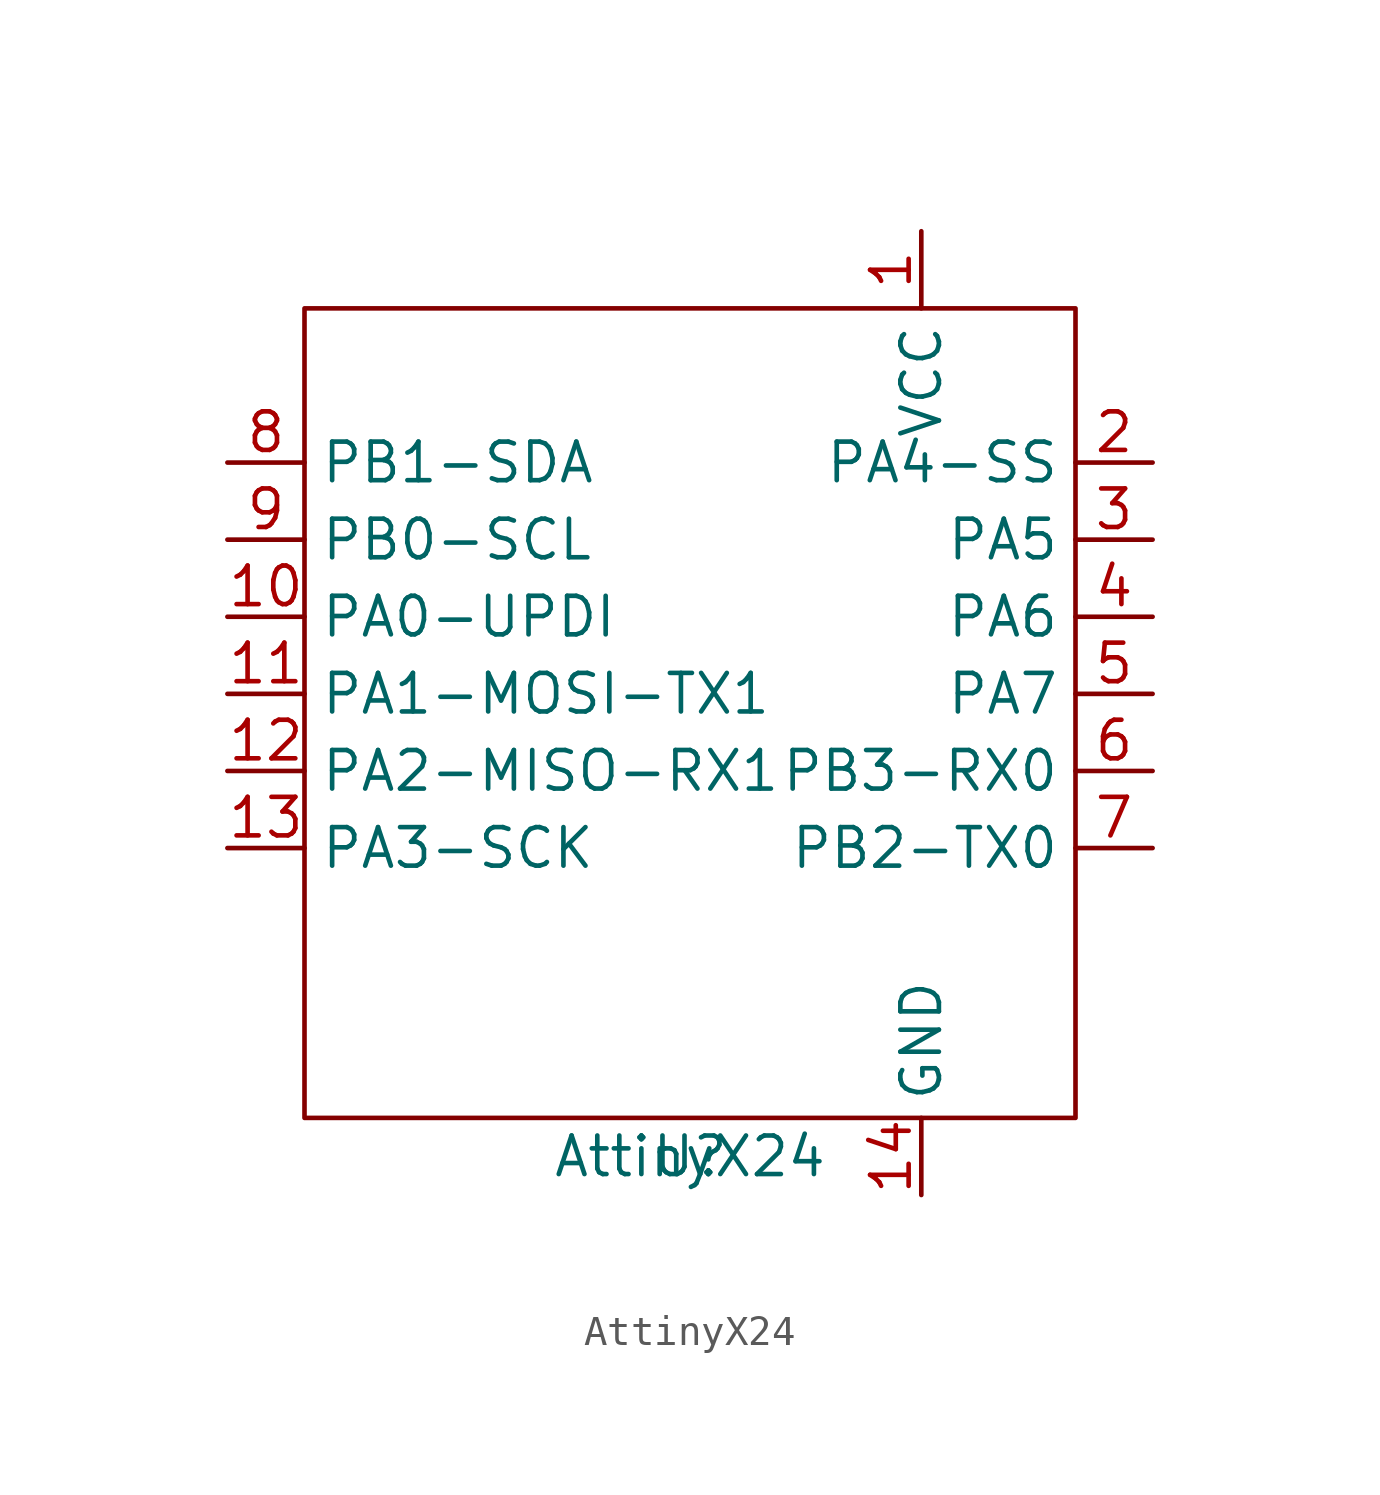
<source format=kicad_sym>
(kicad_symbol_lib
  (version 20211014)
  (generator kicad_symbol_editor)
  (symbol "AttinyX24"
    (property "Reference" "U"
      (at 0 0 0)
      (effects (font (size 1.27 1.27))))
    (property "Value" "AttinyX24"
      (at 0 0 0)
      (effects (font (size 1.27 1.27))))
    (symbol "AttinyX24_0_1"
      (rectangle (start -12.7 27.94) (end 12.7 1.27) (stroke (width 0) (type default) (color 0 0 0 0)) (fill (type none))))
    (symbol "AttinyX24_1_1"
      (pin power_in line (at 7.62 30.48 270) (length 2.54) (name "VCC" (effects (font (size 1.27 1.27)))) (number "1" (effects (font (size 1.27 1.27)))))
      (pin bidirectional line (at -15.24 17.78 0) (length 2.54) (name "PA0-UPDI" (effects (font (size 1.27 1.27)))) (number "10" (effects (font (size 1.27 1.27)))))
      (pin bidirectional line (at -15.24 15.24 0) (length 2.54) (name "PA1-MOSI-TX1" (effects (font (size 1.27 1.27)))) (number "11" (effects (font (size 1.27 1.27)))))
      (pin bidirectional line (at -15.24 12.7 0) (length 2.54) (name "PA2-MISO-RX1" (effects (font (size 1.27 1.27)))) (number "12" (effects (font (size 1.27 1.27)))))
      (pin bidirectional line (at -15.24 10.16 0) (length 2.54) (name "PA3-SCK" (effects (font (size 1.27 1.27)))) (number "13" (effects (font (size 1.27 1.27)))))
      (pin power_in line (at 7.62 -1.27 90) (length 2.54) (name "GND" (effects (font (size 1.27 1.27)))) (number "14" (effects (font (size 1.27 1.27)))))
      (pin bidirectional line (at 15.24 22.86 180) (length 2.54) (name "PA4-SS" (effects (font (size 1.27 1.27)))) (number "2" (effects (font (size 1.27 1.27)))))
      (pin bidirectional line (at 15.24 20.32 180) (length 2.54) (name "PA5" (effects (font (size 1.27 1.27)))) (number "3" (effects (font (size 1.27 1.27)))))
      (pin bidirectional line (at 15.24 17.78 180) (length 2.54) (name "PA6" (effects (font (size 1.27 1.27)))) (number "4" (effects (font (size 1.27 1.27)))))
      (pin bidirectional line (at 15.24 15.24 180) (length 2.54) (name "PA7" (effects (font (size 1.27 1.27)))) (number "5" (effects (font (size 1.27 1.27)))))
      (pin bidirectional line (at 15.24 12.7 180) (length 2.54) (name "PB3-RX0" (effects (font (size 1.27 1.27)))) (number "6" (effects (font (size 1.27 1.27)))))
      (pin bidirectional line (at 15.24 10.16 180) (length 2.54) (name "PB2-TX0" (effects (font (size 1.27 1.27)))) (number "7" (effects (font (size 1.27 1.27)))))
      (pin bidirectional line (at -15.24 22.86 0) (length 2.54) (name "PB1-SDA" (effects (font (size 1.27 1.27)))) (number "8" (effects (font (size 1.27 1.27)))))
      (pin bidirectional line (at -15.24 20.32 0) (length 2.54) (name "PB0-SCL" (effects (font (size 1.27 1.27)))) (number "9" (effects (font (size 1.27 1.27))))))))
</source>
